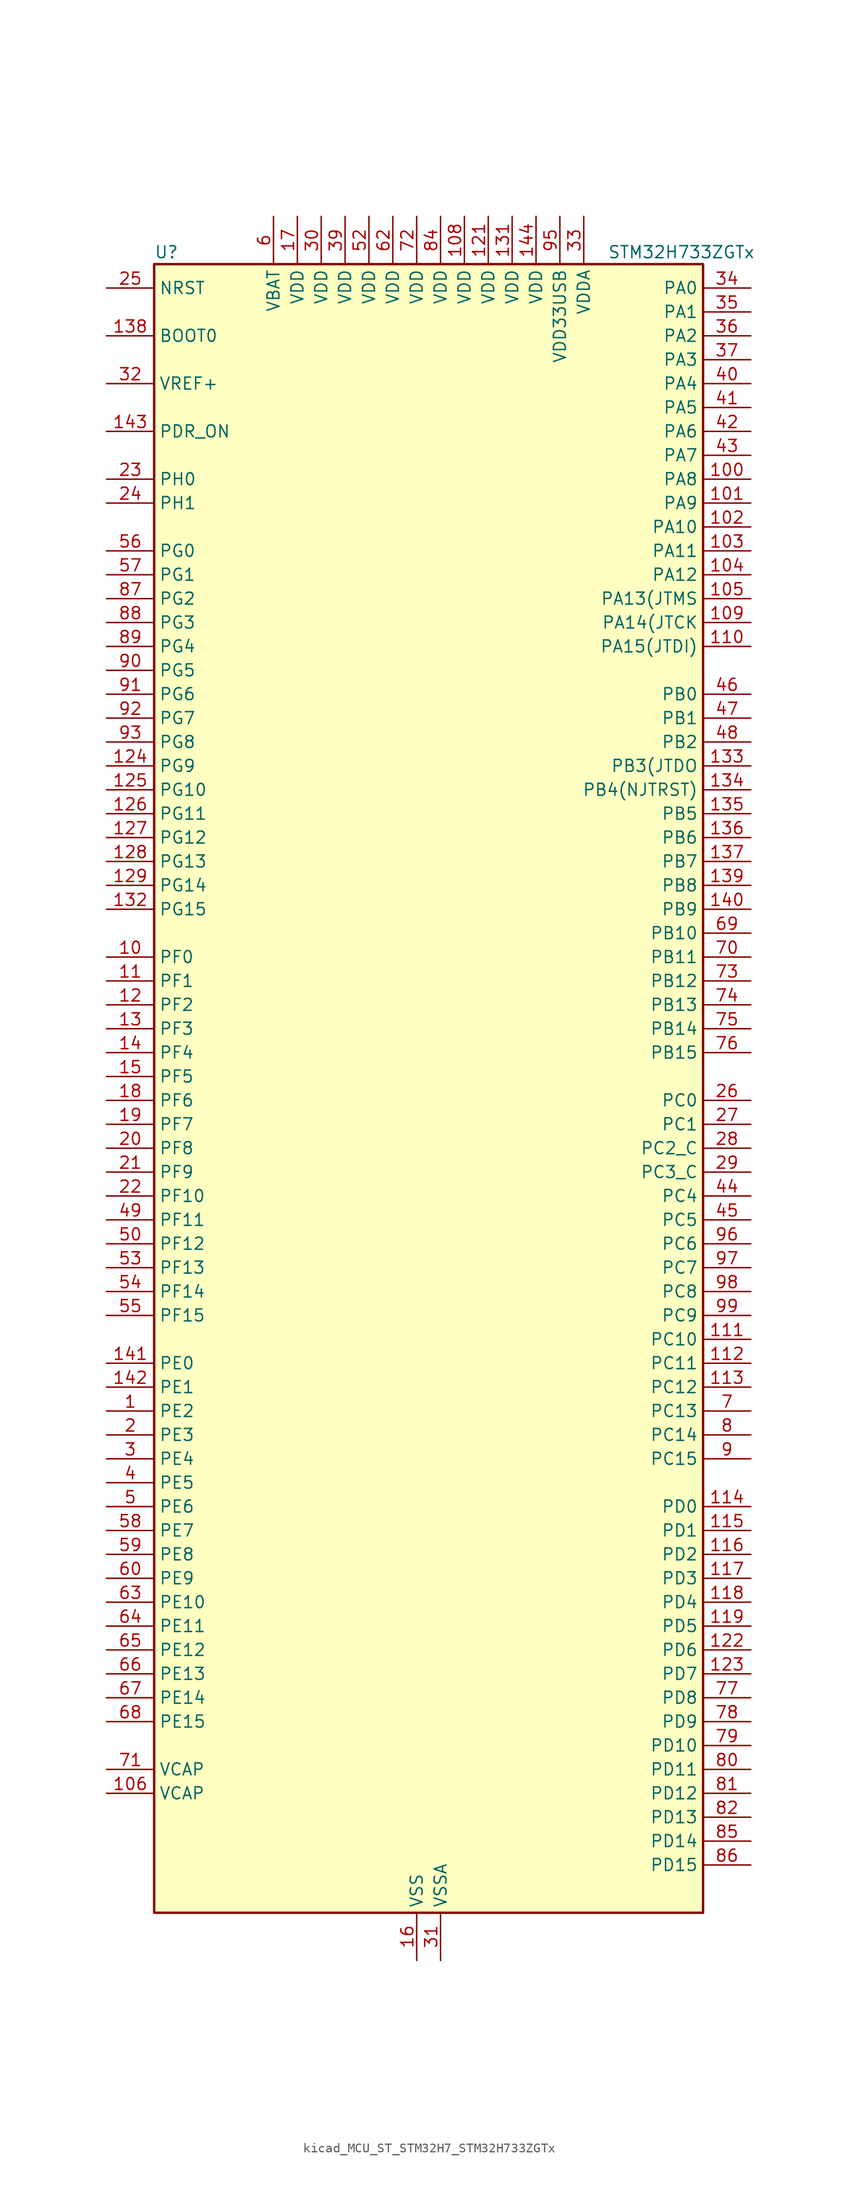
<source format=kicad_sym>
(kicad_symbol_lib
  (version 20220914)
  (generator kicad_symbol_editor)
  (symbol "kicad_MCU_ST_STM32H7_STM32H733ZGTx"
    (property "Reference" "U"
      (at -27.94 90.17 0)
      (effects (font (size 1.27 1.27)) (justify left)))
    (property "Value" "STM32H733ZGTx"
      (at 20.32 90.17 0)
      (effects (font (size 1.27 1.27)) (justify left)))
    (property "ki_locked" ""
      (at 0 0 0)
      (effects (font (size 1.27 1.27))))
    (symbol "kicad_MCU_ST_STM32H7_STM32H733ZGTx_0_1"
      (rectangle (start -27.94 -86.36) (end 30.48 88.9) (stroke (width 0.254) (type default)) (fill (type background))))
    (symbol "kicad_MCU_ST_STM32H7_STM32H733ZGTx_1_1"
      (pin bidirectional line (at -33.02 -33.02 0) (length 5.08) (name "PE2" (effects (font (size 1.27 1.27)))) (number "1" (effects (font (size 1.27 1.27)))) (alternate "DEBUG_TRACECLK" bidirectional line) (alternate "ETH_TXD3" bidirectional line) (alternate "FMC_A23" bidirectional line) (alternate "OCTOSPIM_P1_IO2" bidirectional line) (alternate "SAI1_CK1" bidirectional line) (alternate "SAI1_MCLK_A" bidirectional line) (alternate "SAI4_CK1" bidirectional line) (alternate "SAI4_MCLK_A" bidirectional line) (alternate "SPI4_SCK" bidirectional line) (alternate "USART10_RX" bidirectional line))
      (pin bidirectional line (at -33.02 15.24 0) (length 5.08) (name "PF0" (effects (font (size 1.27 1.27)))) (number "10" (effects (font (size 1.27 1.27)))) (alternate "FMC_A0" bidirectional line) (alternate "I2C2_SDA" bidirectional line) (alternate "I2C5_SDA" bidirectional line) (alternate "OCTOSPIM_P2_IO0" bidirectional line) (alternate "TIM23_CH1" bidirectional line))
      (pin bidirectional line (at 35.56 66.04 180) (length 5.08) (name "PA8" (effects (font (size 1.27 1.27)))) (number "100" (effects (font (size 1.27 1.27)))) (alternate "I2C3_SCL" bidirectional line) (alternate "I2C5_SCL" bidirectional line) (alternate "LTDC_B3" bidirectional line) (alternate "LTDC_R6" bidirectional line) (alternate "RCC_MCO_1" bidirectional line) (alternate "TIM1_CH1" bidirectional line) (alternate "TIM8_BKIN2" bidirectional line) (alternate "TIM8_BKIN2_COMP1" bidirectional line) (alternate "TIM8_BKIN2_COMP2" bidirectional line) (alternate "UART7_RX" bidirectional line) (alternate "USART1_CK" bidirectional line) (alternate "USB_OTG_HS_SOF" bidirectional line))
      (pin bidirectional line (at 35.56 63.5 180) (length 5.08) (name "PA9" (effects (font (size 1.27 1.27)))) (number "101" (effects (font (size 1.27 1.27)))) (alternate "DAC1_EXTI9" bidirectional line) (alternate "DCMI_D0" bidirectional line) (alternate "ETH_TX_ER" bidirectional line) (alternate "I2C3_SMBA" bidirectional line) (alternate "I2C5_SMBA" bidirectional line) (alternate "I2S2_CK" bidirectional line) (alternate "LPUART1_TX" bidirectional line) (alternate "LTDC_R5" bidirectional line) (alternate "PSSI_D0" bidirectional line) (alternate "SPI2_SCK" bidirectional line) (alternate "TIM1_CH2" bidirectional line) (alternate "USART1_TX" bidirectional line) (alternate "USB_OTG_HS_VBUS" bidirectional line))
      (pin bidirectional line (at 35.56 60.96 180) (length 5.08) (name "PA10" (effects (font (size 1.27 1.27)))) (number "102" (effects (font (size 1.27 1.27)))) (alternate "DCMI_D1" bidirectional line) (alternate "LPUART1_RX" bidirectional line) (alternate "LTDC_B1" bidirectional line) (alternate "LTDC_B4" bidirectional line) (alternate "MDIOS_MDIO" bidirectional line) (alternate "PSSI_D1" bidirectional line) (alternate "TIM1_CH3" bidirectional line) (alternate "USART1_RX" bidirectional line) (alternate "USB_OTG_HS_ID" bidirectional line))
      (pin bidirectional line (at 35.56 58.42 180) (length 5.08) (name "PA11" (effects (font (size 1.27 1.27)))) (number "103" (effects (font (size 1.27 1.27)))) (alternate "ADC1_EXTI11" bidirectional line) (alternate "ADC2_EXTI11" bidirectional line) (alternate "ADC3_EXTI11" bidirectional line) (alternate "FDCAN1_RX" bidirectional line) (alternate "I2S2_WS" bidirectional line) (alternate "LPUART1_CTS" bidirectional line) (alternate "LTDC_R4" bidirectional line) (alternate "SPI2_NSS" bidirectional line) (alternate "TIM1_CH4" bidirectional line) (alternate "UART4_RX" bidirectional line) (alternate "USART1_CTS" bidirectional line) (alternate "USART1_NSS" bidirectional line) (alternate "USB_OTG_HS_DM" bidirectional line))
      (pin bidirectional line (at 35.56 55.88 180) (length 5.08) (name "PA12" (effects (font (size 1.27 1.27)))) (number "104" (effects (font (size 1.27 1.27)))) (alternate "FDCAN1_TX" bidirectional line) (alternate "I2S2_CK" bidirectional line) (alternate "LPUART1_DE" bidirectional line) (alternate "LPUART1_RTS" bidirectional line) (alternate "LTDC_R5" bidirectional line) (alternate "SAI4_FS_B" bidirectional line) (alternate "SPI2_SCK" bidirectional line) (alternate "TIM1_BKIN2" bidirectional line) (alternate "TIM1_ETR" bidirectional line) (alternate "UART4_TX" bidirectional line) (alternate "USART1_DE" bidirectional line) (alternate "USART1_RTS" bidirectional line) (alternate "USB_OTG_HS_DP" bidirectional line))
      (pin bidirectional line (at 35.56 53.34 180) (length 5.08) (name "PA13(JTMS" (effects (font (size 1.27 1.27)))) (number "105" (effects (font (size 1.27 1.27)))) (alternate "DEBUG_JTMS-SWDIO" bidirectional line))
      (pin power_out line (at -33.02 -73.66 0) (length 5.08) (name "VCAP" (effects (font (size 1.27 1.27)))) (number "106" (effects (font (size 1.27 1.27)))))
      (pin passive line (at 0 -91.44 90) (length 5.08) hide (name "VSS" (effects (font (size 1.27 1.27)))) (number "107" (effects (font (size 1.27 1.27)))))
      (pin power_in line (at 5.08 93.98 270) (length 5.08) (name "VDD" (effects (font (size 1.27 1.27)))) (number "108" (effects (font (size 1.27 1.27)))))
      (pin bidirectional line (at 35.56 50.8 180) (length 5.08) (name "PA14(JTCK" (effects (font (size 1.27 1.27)))) (number "109" (effects (font (size 1.27 1.27)))) (alternate "DEBUG_JTCK-SWCLK" bidirectional line))
      (pin bidirectional line (at -33.02 12.7 0) (length 5.08) (name "PF1" (effects (font (size 1.27 1.27)))) (number "11" (effects (font (size 1.27 1.27)))) (alternate "FMC_A1" bidirectional line) (alternate "I2C2_SCL" bidirectional line) (alternate "I2C5_SCL" bidirectional line) (alternate "OCTOSPIM_P2_IO1" bidirectional line) (alternate "TIM23_CH2" bidirectional line))
      (pin bidirectional line (at 35.56 48.26 180) (length 5.08) (name "PA15(JTDI)" (effects (font (size 1.27 1.27)))) (number "110" (effects (font (size 1.27 1.27)))) (alternate "ADC1_EXTI15" bidirectional line) (alternate "ADC2_EXTI15" bidirectional line) (alternate "ADC3_EXTI15" bidirectional line) (alternate "CEC" bidirectional line) (alternate "DEBUG_JTDI" bidirectional line) (alternate "I2S1_WS" bidirectional line) (alternate "I2S3_WS" bidirectional line) (alternate "I2S6_WS" bidirectional line) (alternate "LTDC_B6" bidirectional line) (alternate "LTDC_R3" bidirectional line) (alternate "SPI1_NSS" bidirectional line) (alternate "SPI3_NSS" bidirectional line) (alternate "SPI6_NSS" bidirectional line) (alternate "TIM2_CH1" bidirectional line) (alternate "TIM2_ETR" bidirectional line) (alternate "UART4_DE" bidirectional line) (alternate "UART4_RTS" bidirectional line) (alternate "UART7_TX" bidirectional line))
      (pin bidirectional line (at 35.56 -25.4 180) (length 5.08) (name "PC10" (effects (font (size 1.27 1.27)))) (number "111" (effects (font (size 1.27 1.27)))) (alternate "DCMI_D8" bidirectional line) (alternate "DFSDM1_CKIN5" bidirectional line) (alternate "I2C5_SDA" bidirectional line) (alternate "I2S3_CK" bidirectional line) (alternate "LTDC_B1" bidirectional line) (alternate "LTDC_R2" bidirectional line) (alternate "OCTOSPIM_P1_IO1" bidirectional line) (alternate "PSSI_D8" bidirectional line) (alternate "SDMMC1_D2" bidirectional line) (alternate "SPI3_SCK" bidirectional line) (alternate "SWPMI1_RX" bidirectional line) (alternate "UART4_TX" bidirectional line) (alternate "USART3_TX" bidirectional line))
      (pin bidirectional line (at 35.56 -27.94 180) (length 5.08) (name "PC11" (effects (font (size 1.27 1.27)))) (number "112" (effects (font (size 1.27 1.27)))) (alternate "ADC1_EXTI11" bidirectional line) (alternate "ADC2_EXTI11" bidirectional line) (alternate "ADC3_EXTI11" bidirectional line) (alternate "DCMI_D4" bidirectional line) (alternate "DFSDM1_DATIN5" bidirectional line) (alternate "I2C5_SCL" bidirectional line) (alternate "I2S3_SDI" bidirectional line) (alternate "LTDC_B4" bidirectional line) (alternate "OCTOSPIM_P1_NCS" bidirectional line) (alternate "PSSI_D4" bidirectional line) (alternate "SDMMC1_D3" bidirectional line) (alternate "SPI3_MISO" bidirectional line) (alternate "UART4_RX" bidirectional line) (alternate "USART3_RX" bidirectional line))
      (pin bidirectional line (at 35.56 -30.48 180) (length 5.08) (name "PC12" (effects (font (size 1.27 1.27)))) (number "113" (effects (font (size 1.27 1.27)))) (alternate "DCMI_D9" bidirectional line) (alternate "DEBUG_TRACED3" bidirectional line) (alternate "FMC_D6" bidirectional line) (alternate "FMC_DA6" bidirectional line) (alternate "I2C5_SMBA" bidirectional line) (alternate "I2S3_SDO" bidirectional line) (alternate "I2S6_CK" bidirectional line) (alternate "LTDC_R6" bidirectional line) (alternate "PSSI_D9" bidirectional line) (alternate "SDMMC1_CK" bidirectional line) (alternate "SPI3_MOSI" bidirectional line) (alternate "SPI6_SCK" bidirectional line) (alternate "TIM15_CH1" bidirectional line) (alternate "UART5_TX" bidirectional line) (alternate "USART3_CK" bidirectional line))
      (pin bidirectional line (at 35.56 -43.18 180) (length 5.08) (name "PD0" (effects (font (size 1.27 1.27)))) (number "114" (effects (font (size 1.27 1.27)))) (alternate "DFSDM1_CKIN6" bidirectional line) (alternate "FDCAN1_RX" bidirectional line) (alternate "FMC_D2" bidirectional line) (alternate "FMC_DA2" bidirectional line) (alternate "LTDC_B1" bidirectional line) (alternate "UART4_RX" bidirectional line) (alternate "UART9_CTS" bidirectional line))
      (pin bidirectional line (at 35.56 -45.72 180) (length 5.08) (name "PD1" (effects (font (size 1.27 1.27)))) (number "115" (effects (font (size 1.27 1.27)))) (alternate "DFSDM1_DATIN6" bidirectional line) (alternate "FDCAN1_TX" bidirectional line) (alternate "FMC_D3" bidirectional line) (alternate "FMC_DA3" bidirectional line) (alternate "UART4_TX" bidirectional line))
      (pin bidirectional line (at 35.56 -48.26 180) (length 5.08) (name "PD2" (effects (font (size 1.27 1.27)))) (number "116" (effects (font (size 1.27 1.27)))) (alternate "DCMI_D11" bidirectional line) (alternate "DEBUG_TRACED2" bidirectional line) (alternate "FMC_D7" bidirectional line) (alternate "FMC_DA7" bidirectional line) (alternate "LTDC_B2" bidirectional line) (alternate "LTDC_B7" bidirectional line) (alternate "PSSI_D11" bidirectional line) (alternate "SDMMC1_CMD" bidirectional line) (alternate "TIM15_BKIN" bidirectional line) (alternate "TIM3_ETR" bidirectional line) (alternate "UART5_RX" bidirectional line))
      (pin bidirectional line (at 35.56 -50.8 180) (length 5.08) (name "PD3" (effects (font (size 1.27 1.27)))) (number "117" (effects (font (size 1.27 1.27)))) (alternate "DCMI_D5" bidirectional line) (alternate "DFSDM1_CKOUT" bidirectional line) (alternate "FMC_CLK" bidirectional line) (alternate "I2S2_CK" bidirectional line) (alternate "LTDC_G7" bidirectional line) (alternate "PSSI_D5" bidirectional line) (alternate "SPI2_SCK" bidirectional line) (alternate "USART2_CTS" bidirectional line) (alternate "USART2_NSS" bidirectional line))
      (pin bidirectional line (at 35.56 -53.34 180) (length 5.08) (name "PD4" (effects (font (size 1.27 1.27)))) (number "118" (effects (font (size 1.27 1.27)))) (alternate "FMC_NOE" bidirectional line) (alternate "OCTOSPIM_P1_IO4" bidirectional line) (alternate "USART2_DE" bidirectional line) (alternate "USART2_RTS" bidirectional line))
      (pin bidirectional line (at 35.56 -55.88 180) (length 5.08) (name "PD5" (effects (font (size 1.27 1.27)))) (number "119" (effects (font (size 1.27 1.27)))) (alternate "FMC_NWE" bidirectional line) (alternate "OCTOSPIM_P1_IO5" bidirectional line) (alternate "USART2_TX" bidirectional line))
      (pin bidirectional line (at -33.02 10.16 0) (length 5.08) (name "PF2" (effects (font (size 1.27 1.27)))) (number "12" (effects (font (size 1.27 1.27)))) (alternate "FMC_A2" bidirectional line) (alternate "I2C2_SMBA" bidirectional line) (alternate "I2C5_SMBA" bidirectional line) (alternate "OCTOSPIM_P2_IO2" bidirectional line) (alternate "TIM23_CH3" bidirectional line))
      (pin passive line (at 0 -91.44 90) (length 5.08) hide (name "VSS" (effects (font (size 1.27 1.27)))) (number "120" (effects (font (size 1.27 1.27)))))
      (pin power_in line (at 7.62 93.98 270) (length 5.08) (name "VDD" (effects (font (size 1.27 1.27)))) (number "121" (effects (font (size 1.27 1.27)))))
      (pin bidirectional line (at 35.56 -58.42 180) (length 5.08) (name "PD6" (effects (font (size 1.27 1.27)))) (number "122" (effects (font (size 1.27 1.27)))) (alternate "DCMI_D10" bidirectional line) (alternate "DFSDM1_CKIN4" bidirectional line) (alternate "DFSDM1_DATIN1" bidirectional line) (alternate "FMC_NWAIT" bidirectional line) (alternate "I2S3_SDO" bidirectional line) (alternate "LTDC_B2" bidirectional line) (alternate "OCTOSPIM_P1_IO6" bidirectional line) (alternate "PSSI_D10" bidirectional line) (alternate "SAI1_D1" bidirectional line) (alternate "SAI1_SD_A" bidirectional line) (alternate "SAI4_D1" bidirectional line) (alternate "SAI4_SD_A" bidirectional line) (alternate "SDMMC2_CK" bidirectional line) (alternate "SPI3_MOSI" bidirectional line) (alternate "USART2_RX" bidirectional line))
      (pin bidirectional line (at 35.56 -60.96 180) (length 5.08) (name "PD7" (effects (font (size 1.27 1.27)))) (number "123" (effects (font (size 1.27 1.27)))) (alternate "DFSDM1_CKIN1" bidirectional line) (alternate "DFSDM1_DATIN4" bidirectional line) (alternate "FMC_NE1" bidirectional line) (alternate "I2S1_SDO" bidirectional line) (alternate "OCTOSPIM_P1_IO7" bidirectional line) (alternate "SDMMC2_CMD" bidirectional line) (alternate "SPDIFRX1_IN0" bidirectional line) (alternate "SPI1_MOSI" bidirectional line) (alternate "USART2_CK" bidirectional line))
      (pin bidirectional line (at -33.02 35.56 0) (length 5.08) (name "PG9" (effects (font (size 1.27 1.27)))) (number "124" (effects (font (size 1.27 1.27)))) (alternate "DAC1_EXTI9" bidirectional line) (alternate "DCMI_VSYNC" bidirectional line) (alternate "FDCAN3_TX" bidirectional line) (alternate "FMC_NCE" bidirectional line) (alternate "FMC_NE2" bidirectional line) (alternate "I2S1_SDI" bidirectional line) (alternate "OCTOSPIM_P1_IO6" bidirectional line) (alternate "PSSI_RDY" bidirectional line) (alternate "SAI4_FS_B" bidirectional line) (alternate "SDMMC2_D0" bidirectional line) (alternate "SPDIFRX1_IN3" bidirectional line) (alternate "SPI1_MISO" bidirectional line) (alternate "USART6_RX" bidirectional line))
      (pin bidirectional line (at -33.02 33.02 0) (length 5.08) (name "PG10" (effects (font (size 1.27 1.27)))) (number "125" (effects (font (size 1.27 1.27)))) (alternate "DCMI_D2" bidirectional line) (alternate "FDCAN3_RX" bidirectional line) (alternate "FMC_NE3" bidirectional line) (alternate "I2S1_WS" bidirectional line) (alternate "LTDC_B2" bidirectional line) (alternate "LTDC_G3" bidirectional line) (alternate "OCTOSPIM_P2_IO6" bidirectional line) (alternate "PSSI_D2" bidirectional line) (alternate "SAI4_SD_B" bidirectional line) (alternate "SDMMC2_D1" bidirectional line) (alternate "SPI1_NSS" bidirectional line))
      (pin bidirectional line (at -33.02 30.48 0) (length 5.08) (name "PG11" (effects (font (size 1.27 1.27)))) (number "126" (effects (font (size 1.27 1.27)))) (alternate "ADC1_EXTI11" bidirectional line) (alternate "ADC2_EXTI11" bidirectional line) (alternate "ADC3_EXTI11" bidirectional line) (alternate "DCMI_D3" bidirectional line) (alternate "ETH_TX_EN" bidirectional line) (alternate "I2S1_CK" bidirectional line) (alternate "LPTIM1_IN2" bidirectional line) (alternate "LTDC_B3" bidirectional line) (alternate "OCTOSPIM_P2_IO7" bidirectional line) (alternate "PSSI_D3" bidirectional line) (alternate "SDMMC2_D2" bidirectional line) (alternate "SPDIFRX1_IN0" bidirectional line) (alternate "SPI1_SCK" bidirectional line) (alternate "USART10_RX" bidirectional line))
      (pin bidirectional line (at -33.02 27.94 0) (length 5.08) (name "PG12" (effects (font (size 1.27 1.27)))) (number "127" (effects (font (size 1.27 1.27)))) (alternate "ETH_TXD1" bidirectional line) (alternate "FMC_NE4" bidirectional line) (alternate "I2S6_SDI" bidirectional line) (alternate "LPTIM1_IN1" bidirectional line) (alternate "LTDC_B1" bidirectional line) (alternate "LTDC_B4" bidirectional line) (alternate "OCTOSPIM_P2_NCS" bidirectional line) (alternate "SDMMC2_D3" bidirectional line) (alternate "SPDIFRX1_IN1" bidirectional line) (alternate "SPI6_MISO" bidirectional line) (alternate "TIM23_CH1" bidirectional line) (alternate "USART10_TX" bidirectional line) (alternate "USART6_DE" bidirectional line) (alternate "USART6_RTS" bidirectional line))
      (pin bidirectional line (at -33.02 25.4 0) (length 5.08) (name "PG13" (effects (font (size 1.27 1.27)))) (number "128" (effects (font (size 1.27 1.27)))) (alternate "DEBUG_TRACED0" bidirectional line) (alternate "ETH_TXD0" bidirectional line) (alternate "FMC_A24" bidirectional line) (alternate "I2S6_CK" bidirectional line) (alternate "LPTIM1_OUT" bidirectional line) (alternate "LTDC_R0" bidirectional line) (alternate "SDMMC2_D6" bidirectional line) (alternate "SPI6_SCK" bidirectional line) (alternate "TIM23_CH2" bidirectional line) (alternate "USART10_CTS" bidirectional line) (alternate "USART10_NSS" bidirectional line) (alternate "USART6_CTS" bidirectional line) (alternate "USART6_NSS" bidirectional line))
      (pin bidirectional line (at -33.02 22.86 0) (length 5.08) (name "PG14" (effects (font (size 1.27 1.27)))) (number "129" (effects (font (size 1.27 1.27)))) (alternate "DEBUG_TRACED1" bidirectional line) (alternate "ETH_TXD1" bidirectional line) (alternate "FMC_A25" bidirectional line) (alternate "I2S6_SDO" bidirectional line) (alternate "LPTIM1_ETR" bidirectional line) (alternate "LTDC_B0" bidirectional line) (alternate "OCTOSPIM_P1_IO7" bidirectional line) (alternate "SDMMC2_D7" bidirectional line) (alternate "SPI6_MOSI" bidirectional line) (alternate "TIM23_CH3" bidirectional line) (alternate "USART10_DE" bidirectional line) (alternate "USART10_RTS" bidirectional line) (alternate "USART6_TX" bidirectional line))
      (pin bidirectional line (at -33.02 7.62 0) (length 5.08) (name "PF3" (effects (font (size 1.27 1.27)))) (number "13" (effects (font (size 1.27 1.27)))) (alternate "ADC3_INP5" bidirectional line) (alternate "FMC_A3" bidirectional line) (alternate "OCTOSPIM_P2_IO3" bidirectional line) (alternate "TIM23_CH4" bidirectional line))
      (pin passive line (at 0 -91.44 90) (length 5.08) hide (name "VSS" (effects (font (size 1.27 1.27)))) (number "130" (effects (font (size 1.27 1.27)))))
      (pin power_in line (at 10.16 93.98 270) (length 5.08) (name "VDD" (effects (font (size 1.27 1.27)))) (number "131" (effects (font (size 1.27 1.27)))))
      (pin bidirectional line (at -33.02 20.32 0) (length 5.08) (name "PG15" (effects (font (size 1.27 1.27)))) (number "132" (effects (font (size 1.27 1.27)))) (alternate "ADC1_EXTI15" bidirectional line) (alternate "ADC2_EXTI15" bidirectional line) (alternate "ADC3_EXTI15" bidirectional line) (alternate "DCMI_D13" bidirectional line) (alternate "FMC_SDNCAS" bidirectional line) (alternate "OCTOSPIM_P2_DQS" bidirectional line) (alternate "PSSI_D13" bidirectional line) (alternate "USART10_CK" bidirectional line) (alternate "USART6_CTS" bidirectional line) (alternate "USART6_NSS" bidirectional line))
      (pin bidirectional line (at 35.56 35.56 180) (length 5.08) (name "PB3(JTDO" (effects (font (size 1.27 1.27)))) (number "133" (effects (font (size 1.27 1.27)))) (alternate "CRS_SYNC" bidirectional line) (alternate "DEBUG_JTDO-SWO" bidirectional line) (alternate "I2S1_CK" bidirectional line) (alternate "I2S3_CK" bidirectional line) (alternate "I2S6_CK" bidirectional line) (alternate "SDMMC2_D2" bidirectional line) (alternate "SPI1_SCK" bidirectional line) (alternate "SPI3_SCK" bidirectional line) (alternate "SPI6_SCK" bidirectional line) (alternate "TIM24_ETR" bidirectional line) (alternate "TIM2_CH2" bidirectional line) (alternate "UART7_RX" bidirectional line))
      (pin bidirectional line (at 35.56 33.02 180) (length 5.08) (name "PB4(NJTRST)" (effects (font (size 1.27 1.27)))) (number "134" (effects (font (size 1.27 1.27)))) (alternate "DEBUG_JTRST" bidirectional line) (alternate "I2S1_SDI" bidirectional line) (alternate "I2S2_WS" bidirectional line) (alternate "I2S3_SDI" bidirectional line) (alternate "I2S6_SDI" bidirectional line) (alternate "SDMMC2_D3" bidirectional line) (alternate "SPI1_MISO" bidirectional line) (alternate "SPI2_NSS" bidirectional line) (alternate "SPI3_MISO" bidirectional line) (alternate "SPI6_MISO" bidirectional line) (alternate "TIM16_BKIN" bidirectional line) (alternate "TIM3_CH1" bidirectional line) (alternate "UART7_TX" bidirectional line))
      (pin bidirectional line (at 35.56 30.48 180) (length 5.08) (name "PB5" (effects (font (size 1.27 1.27)))) (number "135" (effects (font (size 1.27 1.27)))) (alternate "DCMI_D10" bidirectional line) (alternate "ETH_PPS_OUT" bidirectional line) (alternate "FDCAN2_RX" bidirectional line) (alternate "FMC_SDCKE1" bidirectional line) (alternate "I2C1_SMBA" bidirectional line) (alternate "I2C4_SMBA" bidirectional line) (alternate "I2S1_SDO" bidirectional line) (alternate "I2S3_SDO" bidirectional line) (alternate "I2S6_SDO" bidirectional line) (alternate "LTDC_B5" bidirectional line) (alternate "PSSI_D10" bidirectional line) (alternate "SPI1_MOSI" bidirectional line) (alternate "SPI3_MOSI" bidirectional line) (alternate "SPI6_MOSI" bidirectional line) (alternate "TIM17_BKIN" bidirectional line) (alternate "TIM3_CH2" bidirectional line) (alternate "UART5_RX" bidirectional line) (alternate "USB_OTG_HS_ULPI_D7" bidirectional line))
      (pin bidirectional line (at 35.56 27.94 180) (length 5.08) (name "PB6" (effects (font (size 1.27 1.27)))) (number "136" (effects (font (size 1.27 1.27)))) (alternate "CEC" bidirectional line) (alternate "DCMI_D5" bidirectional line) (alternate "DFSDM1_DATIN5" bidirectional line) (alternate "FDCAN2_TX" bidirectional line) (alternate "FMC_SDNE1" bidirectional line) (alternate "I2C1_SCL" bidirectional line) (alternate "I2C4_SCL" bidirectional line) (alternate "LPUART1_TX" bidirectional line) (alternate "OCTOSPIM_P1_NCS" bidirectional line) (alternate "PSSI_D5" bidirectional line) (alternate "TIM16_CH1N" bidirectional line) (alternate "TIM4_CH1" bidirectional line) (alternate "UART5_TX" bidirectional line) (alternate "USART1_TX" bidirectional line))
      (pin bidirectional line (at 35.56 25.4 180) (length 5.08) (name "PB7" (effects (font (size 1.27 1.27)))) (number "137" (effects (font (size 1.27 1.27)))) (alternate "DCMI_VSYNC" bidirectional line) (alternate "DFSDM1_CKIN5" bidirectional line) (alternate "FMC_NL" bidirectional line) (alternate "I2C1_SDA" bidirectional line) (alternate "I2C4_SDA" bidirectional line) (alternate "LPUART1_RX" bidirectional line) (alternate "PSSI_RDY" bidirectional line) (alternate "PWR_PVD_IN" bidirectional line) (alternate "TIM17_CH1N" bidirectional line) (alternate "TIM4_CH2" bidirectional line) (alternate "USART1_RX" bidirectional line))
      (pin input line (at -33.02 81.28 0) (length 5.08) (name "BOOT0" (effects (font (size 1.27 1.27)))) (number "138" (effects (font (size 1.27 1.27)))))
      (pin bidirectional line (at 35.56 22.86 180) (length 5.08) (name "PB8" (effects (font (size 1.27 1.27)))) (number "139" (effects (font (size 1.27 1.27)))) (alternate "DCMI_D6" bidirectional line) (alternate "DFSDM1_CKIN7" bidirectional line) (alternate "ETH_TXD3" bidirectional line) (alternate "FDCAN1_RX" bidirectional line) (alternate "I2C1_SCL" bidirectional line) (alternate "I2C4_SCL" bidirectional line) (alternate "LTDC_B6" bidirectional line) (alternate "PSSI_D6" bidirectional line) (alternate "SDMMC1_CKIN" bidirectional line) (alternate "SDMMC1_D4" bidirectional line) (alternate "SDMMC2_D4" bidirectional line) (alternate "TIM16_CH1" bidirectional line) (alternate "TIM4_CH3" bidirectional line) (alternate "UART4_RX" bidirectional line))
      (pin bidirectional line (at -33.02 5.08 0) (length 5.08) (name "PF4" (effects (font (size 1.27 1.27)))) (number "14" (effects (font (size 1.27 1.27)))) (alternate "ADC3_INN5" bidirectional line) (alternate "ADC3_INP9" bidirectional line) (alternate "FMC_A4" bidirectional line) (alternate "OCTOSPIM_P2_CLK" bidirectional line))
      (pin bidirectional line (at 35.56 20.32 180) (length 5.08) (name "PB9" (effects (font (size 1.27 1.27)))) (number "140" (effects (font (size 1.27 1.27)))) (alternate "DAC1_EXTI9" bidirectional line) (alternate "DCMI_D7" bidirectional line) (alternate "DFSDM1_DATIN7" bidirectional line) (alternate "FDCAN1_TX" bidirectional line) (alternate "I2C1_SDA" bidirectional line) (alternate "I2C4_SDA" bidirectional line) (alternate "I2C4_SMBA" bidirectional line) (alternate "I2S2_WS" bidirectional line) (alternate "LTDC_B7" bidirectional line) (alternate "PSSI_D7" bidirectional line) (alternate "SDMMC1_CDIR" bidirectional line) (alternate "SDMMC1_D5" bidirectional line) (alternate "SDMMC2_D5" bidirectional line) (alternate "SPI2_NSS" bidirectional line) (alternate "TIM17_CH1" bidirectional line) (alternate "TIM4_CH4" bidirectional line) (alternate "UART4_TX" bidirectional line))
      (pin bidirectional line (at -33.02 -27.94 0) (length 5.08) (name "PE0" (effects (font (size 1.27 1.27)))) (number "141" (effects (font (size 1.27 1.27)))) (alternate "DCMI_D2" bidirectional line) (alternate "FMC_NBL0" bidirectional line) (alternate "LPTIM1_ETR" bidirectional line) (alternate "LPTIM2_ETR" bidirectional line) (alternate "LTDC_R0" bidirectional line) (alternate "PSSI_D2" bidirectional line) (alternate "SAI4_MCLK_A" bidirectional line) (alternate "TIM4_ETR" bidirectional line) (alternate "UART8_RX" bidirectional line))
      (pin bidirectional line (at -33.02 -30.48 0) (length 5.08) (name "PE1" (effects (font (size 1.27 1.27)))) (number "142" (effects (font (size 1.27 1.27)))) (alternate "DCMI_D3" bidirectional line) (alternate "FMC_NBL1" bidirectional line) (alternate "LPTIM1_IN2" bidirectional line) (alternate "LTDC_R6" bidirectional line) (alternate "PSSI_D3" bidirectional line) (alternate "UART8_TX" bidirectional line))
      (pin input line (at -33.02 71.12 0) (length 5.08) (name "PDR_ON" (effects (font (size 1.27 1.27)))) (number "143" (effects (font (size 1.27 1.27)))))
      (pin power_in line (at 12.7 93.98 270) (length 5.08) (name "VDD" (effects (font (size 1.27 1.27)))) (number "144" (effects (font (size 1.27 1.27)))))
      (pin bidirectional line (at -33.02 2.54 0) (length 5.08) (name "PF5" (effects (font (size 1.27 1.27)))) (number "15" (effects (font (size 1.27 1.27)))) (alternate "ADC3_INP4" bidirectional line) (alternate "FMC_A5" bidirectional line) (alternate "OCTOSPIM_P2_NCLK" bidirectional line))
      (pin power_in line (at 0 -91.44 90) (length 5.08) (name "VSS" (effects (font (size 1.27 1.27)))) (number "16" (effects (font (size 1.27 1.27)))))
      (pin power_in line (at -12.7 93.98 270) (length 5.08) (name "VDD" (effects (font (size 1.27 1.27)))) (number "17" (effects (font (size 1.27 1.27)))))
      (pin bidirectional line (at -33.02 0 0) (length 5.08) (name "PF6" (effects (font (size 1.27 1.27)))) (number "18" (effects (font (size 1.27 1.27)))) (alternate "ADC3_INN4" bidirectional line) (alternate "ADC3_INP8" bidirectional line) (alternate "FDCAN3_RX" bidirectional line) (alternate "OCTOSPIM_P1_IO3" bidirectional line) (alternate "SAI1_SD_B" bidirectional line) (alternate "SAI4_SD_B" bidirectional line) (alternate "SPI5_NSS" bidirectional line) (alternate "TIM16_CH1" bidirectional line) (alternate "TIM23_CH1" bidirectional line) (alternate "UART7_RX" bidirectional line))
      (pin bidirectional line (at -33.02 -2.54 0) (length 5.08) (name "PF7" (effects (font (size 1.27 1.27)))) (number "19" (effects (font (size 1.27 1.27)))) (alternate "ADC3_INP3" bidirectional line) (alternate "FDCAN3_TX" bidirectional line) (alternate "OCTOSPIM_P1_IO2" bidirectional line) (alternate "SAI1_MCLK_B" bidirectional line) (alternate "SAI4_MCLK_B" bidirectional line) (alternate "SPI5_SCK" bidirectional line) (alternate "TIM17_CH1" bidirectional line) (alternate "TIM23_CH2" bidirectional line) (alternate "UART7_TX" bidirectional line))
      (pin bidirectional line (at -33.02 -35.56 0) (length 5.08) (name "PE3" (effects (font (size 1.27 1.27)))) (number "2" (effects (font (size 1.27 1.27)))) (alternate "DEBUG_TRACED0" bidirectional line) (alternate "FMC_A19" bidirectional line) (alternate "SAI1_SD_B" bidirectional line) (alternate "SAI4_SD_B" bidirectional line) (alternate "TIM15_BKIN" bidirectional line) (alternate "USART10_TX" bidirectional line))
      (pin bidirectional line (at -33.02 -5.08 0) (length 5.08) (name "PF8" (effects (font (size 1.27 1.27)))) (number "20" (effects (font (size 1.27 1.27)))) (alternate "ADC3_INN3" bidirectional line) (alternate "ADC3_INP7" bidirectional line) (alternate "OCTOSPIM_P1_IO0" bidirectional line) (alternate "SAI1_SCK_B" bidirectional line) (alternate "SAI4_SCK_B" bidirectional line) (alternate "SPI5_MISO" bidirectional line) (alternate "TIM13_CH1" bidirectional line) (alternate "TIM16_CH1N" bidirectional line) (alternate "TIM23_CH3" bidirectional line) (alternate "UART7_DE" bidirectional line) (alternate "UART7_RTS" bidirectional line))
      (pin bidirectional line (at -33.02 -7.62 0) (length 5.08) (name "PF9" (effects (font (size 1.27 1.27)))) (number "21" (effects (font (size 1.27 1.27)))) (alternate "ADC3_INP2" bidirectional line) (alternate "DAC1_EXTI9" bidirectional line) (alternate "OCTOSPIM_P1_IO1" bidirectional line) (alternate "SAI1_FS_B" bidirectional line) (alternate "SAI4_FS_B" bidirectional line) (alternate "SPI5_MOSI" bidirectional line) (alternate "TIM14_CH1" bidirectional line) (alternate "TIM17_CH1N" bidirectional line) (alternate "TIM23_CH4" bidirectional line) (alternate "UART7_CTS" bidirectional line))
      (pin bidirectional line (at -33.02 -10.16 0) (length 5.08) (name "PF10" (effects (font (size 1.27 1.27)))) (number "22" (effects (font (size 1.27 1.27)))) (alternate "ADC3_INN2" bidirectional line) (alternate "ADC3_INP6" bidirectional line) (alternate "DCMI_D11" bidirectional line) (alternate "LTDC_DE" bidirectional line) (alternate "OCTOSPIM_P1_CLK" bidirectional line) (alternate "PSSI_D11" bidirectional line) (alternate "PSSI_D15" bidirectional line) (alternate "SAI1_D3" bidirectional line) (alternate "SAI4_D3" bidirectional line) (alternate "TIM16_BKIN" bidirectional line))
      (pin bidirectional line (at -33.02 66.04 0) (length 5.08) (name "PH0" (effects (font (size 1.27 1.27)))) (number "23" (effects (font (size 1.27 1.27)))) (alternate "RCC_OSC_IN" bidirectional line))
      (pin bidirectional line (at -33.02 63.5 0) (length 5.08) (name "PH1" (effects (font (size 1.27 1.27)))) (number "24" (effects (font (size 1.27 1.27)))) (alternate "RCC_OSC_OUT" bidirectional line))
      (pin input line (at -33.02 86.36 0) (length 5.08) (name "NRST" (effects (font (size 1.27 1.27)))) (number "25" (effects (font (size 1.27 1.27)))))
      (pin bidirectional line (at 35.56 0 180) (length 5.08) (name "PC0" (effects (font (size 1.27 1.27)))) (number "26" (effects (font (size 1.27 1.27)))) (alternate "ADC1_INP10" bidirectional line) (alternate "ADC2_INP10" bidirectional line) (alternate "ADC3_INP10" bidirectional line) (alternate "DFSDM1_CKIN0" bidirectional line) (alternate "DFSDM1_DATIN4" bidirectional line) (alternate "FMC_A25" bidirectional line) (alternate "FMC_D12" bidirectional line) (alternate "FMC_DA12" bidirectional line) (alternate "FMC_SDNWE" bidirectional line) (alternate "LTDC_G2" bidirectional line) (alternate "LTDC_R5" bidirectional line) (alternate "SAI4_FS_B" bidirectional line) (alternate "USB_OTG_HS_ULPI_STP" bidirectional line))
      (pin bidirectional line (at 35.56 -2.54 180) (length 5.08) (name "PC1" (effects (font (size 1.27 1.27)))) (number "27" (effects (font (size 1.27 1.27)))) (alternate "ADC1_INN10" bidirectional line) (alternate "ADC1_INP11" bidirectional line) (alternate "ADC2_INN10" bidirectional line) (alternate "ADC2_INP11" bidirectional line) (alternate "ADC3_INN10" bidirectional line) (alternate "ADC3_INP11" bidirectional line) (alternate "DEBUG_TRACED0" bidirectional line) (alternate "DFSDM1_CKIN4" bidirectional line) (alternate "DFSDM1_DATIN0" bidirectional line) (alternate "ETH_MDC" bidirectional line) (alternate "I2S2_SDO" bidirectional line) (alternate "LTDC_G5" bidirectional line) (alternate "MDIOS_MDC" bidirectional line) (alternate "OCTOSPIM_P1_IO4" bidirectional line) (alternate "PWR_WKUP6" bidirectional line) (alternate "RTC_TAMP3" bidirectional line) (alternate "SAI1_D1" bidirectional line) (alternate "SAI1_SD_A" bidirectional line) (alternate "SAI4_D1" bidirectional line) (alternate "SAI4_SD_A" bidirectional line) (alternate "SDMMC2_CK" bidirectional line) (alternate "SPI2_MOSI" bidirectional line))
      (pin bidirectional line (at 35.56 -5.08 180) (length 5.08) (name "PC2_C" (effects (font (size 1.27 1.27)))) (number "28" (effects (font (size 1.27 1.27)))) (alternate "ADC3_INN1" bidirectional line) (alternate "ADC3_INP0" bidirectional line) (alternate "DFSDM1_CKIN1" bidirectional line) (alternate "DFSDM1_CKOUT" bidirectional line) (alternate "ETH_TXD2" bidirectional line) (alternate "FMC_SDNE0" bidirectional line) (alternate "I2S2_SDI" bidirectional line) (alternate "OCTOSPIM_P1_IO2" bidirectional line) (alternate "OCTOSPIM_P1_IO5" bidirectional line) (alternate "PWR_CSTOP" bidirectional line) (alternate "SPI2_MISO" bidirectional line) (alternate "USB_OTG_HS_ULPI_DIR" bidirectional line))
      (pin bidirectional line (at 35.56 -7.62 180) (length 5.08) (name "PC3_C" (effects (font (size 1.27 1.27)))) (number "29" (effects (font (size 1.27 1.27)))) (alternate "ADC3_INP1" bidirectional line) (alternate "DFSDM1_DATIN1" bidirectional line) (alternate "ETH_TX_CLK" bidirectional line) (alternate "FMC_SDCKE0" bidirectional line) (alternate "I2S2_SDO" bidirectional line) (alternate "OCTOSPIM_P1_IO0" bidirectional line) (alternate "OCTOSPIM_P1_IO6" bidirectional line) (alternate "PWR_CSLEEP" bidirectional line) (alternate "SPI2_MOSI" bidirectional line) (alternate "USB_OTG_HS_ULPI_NXT" bidirectional line))
      (pin bidirectional line (at -33.02 -38.1 0) (length 5.08) (name "PE4" (effects (font (size 1.27 1.27)))) (number "3" (effects (font (size 1.27 1.27)))) (alternate "DCMI_D4" bidirectional line) (alternate "DEBUG_TRACED1" bidirectional line) (alternate "DFSDM1_DATIN3" bidirectional line) (alternate "FMC_A20" bidirectional line) (alternate "LTDC_B0" bidirectional line) (alternate "PSSI_D4" bidirectional line) (alternate "SAI1_D2" bidirectional line) (alternate "SAI1_FS_A" bidirectional line) (alternate "SAI4_D2" bidirectional line) (alternate "SAI4_FS_A" bidirectional line) (alternate "SPI4_NSS" bidirectional line) (alternate "TIM15_CH1N" bidirectional line))
      (pin power_in line (at -10.16 93.98 270) (length 5.08) (name "VDD" (effects (font (size 1.27 1.27)))) (number "30" (effects (font (size 1.27 1.27)))))
      (pin power_in line (at 2.54 -91.44 90) (length 5.08) (name "VSSA" (effects (font (size 1.27 1.27)))) (number "31" (effects (font (size 1.27 1.27)))))
      (pin input line (at -33.02 76.2 0) (length 5.08) (name "VREF+" (effects (font (size 1.27 1.27)))) (number "32" (effects (font (size 1.27 1.27)))) (alternate "VREFBUF_OUT" bidirectional line))
      (pin power_in line (at 17.78 93.98 270) (length 5.08) (name "VDDA" (effects (font (size 1.27 1.27)))) (number "33" (effects (font (size 1.27 1.27)))))
      (pin bidirectional line (at 35.56 86.36 180) (length 5.08) (name "PA0" (effects (font (size 1.27 1.27)))) (number "34" (effects (font (size 1.27 1.27)))) (alternate "ADC1_INP16" bidirectional line) (alternate "ETH_CRS" bidirectional line) (alternate "FMC_A19" bidirectional line) (alternate "I2S6_WS" bidirectional line) (alternate "PWR_WKUP1" bidirectional line) (alternate "SAI4_SD_B" bidirectional line) (alternate "SDMMC2_CMD" bidirectional line) (alternate "SPI6_NSS" bidirectional line) (alternate "TIM15_BKIN" bidirectional line) (alternate "TIM2_CH1" bidirectional line) (alternate "TIM2_ETR" bidirectional line) (alternate "TIM5_CH1" bidirectional line) (alternate "TIM8_ETR" bidirectional line) (alternate "UART4_TX" bidirectional line) (alternate "USART2_CTS" bidirectional line) (alternate "USART2_NSS" bidirectional line))
      (pin bidirectional line (at 35.56 83.82 180) (length 5.08) (name "PA1" (effects (font (size 1.27 1.27)))) (number "35" (effects (font (size 1.27 1.27)))) (alternate "ADC1_INN16" bidirectional line) (alternate "ADC1_INP17" bidirectional line) (alternate "ETH_REF_CLK" bidirectional line) (alternate "ETH_RX_CLK" bidirectional line) (alternate "LPTIM3_OUT" bidirectional line) (alternate "LTDC_R2" bidirectional line) (alternate "OCTOSPIM_P1_DQS" bidirectional line) (alternate "OCTOSPIM_P1_IO3" bidirectional line) (alternate "SAI4_MCLK_B" bidirectional line) (alternate "TIM15_CH1N" bidirectional line) (alternate "TIM2_CH2" bidirectional line) (alternate "TIM5_CH2" bidirectional line) (alternate "UART4_RX" bidirectional line) (alternate "USART2_DE" bidirectional line) (alternate "USART2_RTS" bidirectional line))
      (pin bidirectional line (at 35.56 81.28 180) (length 5.08) (name "PA2" (effects (font (size 1.27 1.27)))) (number "36" (effects (font (size 1.27 1.27)))) (alternate "ADC1_INP14" bidirectional line) (alternate "ADC2_INP14" bidirectional line) (alternate "ETH_MDIO" bidirectional line) (alternate "LPTIM4_OUT" bidirectional line) (alternate "LTDC_R1" bidirectional line) (alternate "MDIOS_MDIO" bidirectional line) (alternate "OCTOSPIM_P1_IO0" bidirectional line) (alternate "PWR_WKUP2" bidirectional line) (alternate "SAI4_SCK_B" bidirectional line) (alternate "TIM15_CH1" bidirectional line) (alternate "TIM2_CH3" bidirectional line) (alternate "TIM5_CH3" bidirectional line) (alternate "USART2_TX" bidirectional line))
      (pin bidirectional line (at 35.56 78.74 180) (length 5.08) (name "PA3" (effects (font (size 1.27 1.27)))) (number "37" (effects (font (size 1.27 1.27)))) (alternate "ADC1_INP15" bidirectional line) (alternate "ADC2_INP15" bidirectional line) (alternate "ETH_COL" bidirectional line) (alternate "I2S6_MCK" bidirectional line) (alternate "LPTIM5_OUT" bidirectional line) (alternate "LTDC_B2" bidirectional line) (alternate "LTDC_B5" bidirectional line) (alternate "OCTOSPIM_P1_CLK" bidirectional line) (alternate "OCTOSPIM_P1_IO2" bidirectional line) (alternate "TIM15_CH2" bidirectional line) (alternate "TIM2_CH4" bidirectional line) (alternate "TIM5_CH4" bidirectional line) (alternate "USART2_RX" bidirectional line) (alternate "USB_OTG_HS_ULPI_D0" bidirectional line))
      (pin passive line (at 0 -91.44 90) (length 5.08) hide (name "VSS" (effects (font (size 1.27 1.27)))) (number "38" (effects (font (size 1.27 1.27)))))
      (pin power_in line (at -7.62 93.98 270) (length 5.08) (name "VDD" (effects (font (size 1.27 1.27)))) (number "39" (effects (font (size 1.27 1.27)))))
      (pin bidirectional line (at -33.02 -40.64 0) (length 5.08) (name "PE5" (effects (font (size 1.27 1.27)))) (number "4" (effects (font (size 1.27 1.27)))) (alternate "DCMI_D6" bidirectional line) (alternate "DEBUG_TRACED2" bidirectional line) (alternate "DFSDM1_CKIN3" bidirectional line) (alternate "FMC_A21" bidirectional line) (alternate "LTDC_G0" bidirectional line) (alternate "PSSI_D6" bidirectional line) (alternate "SAI1_CK2" bidirectional line) (alternate "SAI1_SCK_A" bidirectional line) (alternate "SAI4_CK2" bidirectional line) (alternate "SAI4_SCK_A" bidirectional line) (alternate "SPI4_MISO" bidirectional line) (alternate "TIM15_CH1" bidirectional line))
      (pin bidirectional line (at 35.56 76.2 180) (length 5.08) (name "PA4" (effects (font (size 1.27 1.27)))) (number "40" (effects (font (size 1.27 1.27)))) (alternate "ADC1_INP18" bidirectional line) (alternate "ADC2_INP18" bidirectional line) (alternate "DAC1_OUT1" bidirectional line) (alternate "DCMI_HSYNC" bidirectional line) (alternate "FMC_D8" bidirectional line) (alternate "FMC_DA8" bidirectional line) (alternate "I2S1_WS" bidirectional line) (alternate "I2S3_WS" bidirectional line) (alternate "I2S6_WS" bidirectional line) (alternate "LTDC_VSYNC" bidirectional line) (alternate "PSSI_DE" bidirectional line) (alternate "SPI1_NSS" bidirectional line) (alternate "SPI3_NSS" bidirectional line) (alternate "SPI6_NSS" bidirectional line) (alternate "TIM5_ETR" bidirectional line) (alternate "USART2_CK" bidirectional line))
      (pin bidirectional line (at 35.56 73.66 180) (length 5.08) (name "PA5" (effects (font (size 1.27 1.27)))) (number "41" (effects (font (size 1.27 1.27)))) (alternate "ADC1_INN18" bidirectional line) (alternate "ADC1_INP19" bidirectional line) (alternate "ADC2_INN18" bidirectional line) (alternate "ADC2_INP19" bidirectional line) (alternate "DAC1_OUT2" bidirectional line) (alternate "FMC_D9" bidirectional line) (alternate "FMC_DA9" bidirectional line) (alternate "I2S1_CK" bidirectional line) (alternate "I2S6_CK" bidirectional line) (alternate "LTDC_R4" bidirectional line) (alternate "PSSI_D14" bidirectional line) (alternate "PWR_NDSTOP2" bidirectional line) (alternate "SPI1_SCK" bidirectional line) (alternate "SPI6_SCK" bidirectional line) (alternate "TIM2_CH1" bidirectional line) (alternate "TIM2_ETR" bidirectional line) (alternate "TIM8_CH1N" bidirectional line) (alternate "USB_OTG_HS_ULPI_CK" bidirectional line))
      (pin bidirectional line (at 35.56 71.12 180) (length 5.08) (name "PA6" (effects (font (size 1.27 1.27)))) (number "42" (effects (font (size 1.27 1.27)))) (alternate "ADC1_INP3" bidirectional line) (alternate "ADC2_INP3" bidirectional line) (alternate "DCMI_PIXCLK" bidirectional line) (alternate "I2S1_SDI" bidirectional line) (alternate "I2S6_SDI" bidirectional line) (alternate "LTDC_G2" bidirectional line) (alternate "MDIOS_MDC" bidirectional line) (alternate "OCTOSPIM_P1_IO3" bidirectional line) (alternate "PSSI_PDCK" bidirectional line) (alternate "SPI1_MISO" bidirectional line) (alternate "SPI6_MISO" bidirectional line) (alternate "TIM13_CH1" bidirectional line) (alternate "TIM1_BKIN" bidirectional line) (alternate "TIM1_BKIN_COMP1" bidirectional line) (alternate "TIM1_BKIN_COMP2" bidirectional line) (alternate "TIM3_CH1" bidirectional line) (alternate "TIM8_BKIN" bidirectional line) (alternate "TIM8_BKIN_COMP1" bidirectional line) (alternate "TIM8_BKIN_COMP2" bidirectional line))
      (pin bidirectional line (at 35.56 68.58 180) (length 5.08) (name "PA7" (effects (font (size 1.27 1.27)))) (number "43" (effects (font (size 1.27 1.27)))) (alternate "ADC1_INN3" bidirectional line) (alternate "ADC1_INP7" bidirectional line) (alternate "ADC2_INN3" bidirectional line) (alternate "ADC2_INP7" bidirectional line) (alternate "ETH_CRS_DV" bidirectional line) (alternate "ETH_RX_DV" bidirectional line) (alternate "FMC_SDNWE" bidirectional line) (alternate "I2S1_SDO" bidirectional line) (alternate "I2S6_SDO" bidirectional line) (alternate "LTDC_VSYNC" bidirectional line) (alternate "OCTOSPIM_P1_IO2" bidirectional line) (alternate "OPAMP1_VINM" bidirectional line) (alternate "SPI1_MOSI" bidirectional line) (alternate "SPI6_MOSI" bidirectional line) (alternate "TIM14_CH1" bidirectional line) (alternate "TIM1_CH1N" bidirectional line) (alternate "TIM3_CH2" bidirectional line) (alternate "TIM8_CH1N" bidirectional line))
      (pin bidirectional line (at 35.56 -10.16 180) (length 5.08) (name "PC4" (effects (font (size 1.27 1.27)))) (number "44" (effects (font (size 1.27 1.27)))) (alternate "ADC1_INP4" bidirectional line) (alternate "ADC2_INP4" bidirectional line) (alternate "COMP1_INM" bidirectional line) (alternate "DFSDM1_CKIN2" bidirectional line) (alternate "ETH_RXD0" bidirectional line) (alternate "FMC_A22" bidirectional line) (alternate "FMC_SDNE0" bidirectional line) (alternate "I2S1_MCK" bidirectional line) (alternate "LTDC_R7" bidirectional line) (alternate "OPAMP1_VOUT" bidirectional line) (alternate "SDMMC2_CKIN" bidirectional line) (alternate "SPDIFRX1_IN2" bidirectional line))
      (pin bidirectional line (at 35.56 -12.7 180) (length 5.08) (name "PC5" (effects (font (size 1.27 1.27)))) (number "45" (effects (font (size 1.27 1.27)))) (alternate "ADC1_INN4" bidirectional line) (alternate "ADC1_INP8" bidirectional line) (alternate "ADC2_INN4" bidirectional line) (alternate "ADC2_INP8" bidirectional line) (alternate "COMP1_OUT" bidirectional line) (alternate "DFSDM1_DATIN2" bidirectional line) (alternate "ETH_RXD1" bidirectional line) (alternate "FMC_SDCKE0" bidirectional line) (alternate "LTDC_DE" bidirectional line) (alternate "OCTOSPIM_P1_DQS" bidirectional line) (alternate "OPAMP1_VINM" bidirectional line) (alternate "PSSI_D15" bidirectional line) (alternate "SAI1_D3" bidirectional line) (alternate "SAI4_D3" bidirectional line) (alternate "SPDIFRX1_IN3" bidirectional line))
      (pin bidirectional line (at 35.56 43.18 180) (length 5.08) (name "PB0" (effects (font (size 1.27 1.27)))) (number "46" (effects (font (size 1.27 1.27)))) (alternate "ADC1_INN5" bidirectional line) (alternate "ADC1_INP9" bidirectional line) (alternate "ADC2_INN5" bidirectional line) (alternate "ADC2_INP9" bidirectional line) (alternate "COMP1_INP" bidirectional line) (alternate "DFSDM1_CKOUT" bidirectional line) (alternate "ETH_RXD2" bidirectional line) (alternate "LTDC_G1" bidirectional line) (alternate "LTDC_R3" bidirectional line) (alternate "OCTOSPIM_P1_IO1" bidirectional line) (alternate "OPAMP1_VINP" bidirectional line) (alternate "TIM1_CH2N" bidirectional line) (alternate "TIM3_CH3" bidirectional line) (alternate "TIM8_CH2N" bidirectional line) (alternate "UART4_CTS" bidirectional line) (alternate "USB_OTG_HS_ULPI_D1" bidirectional line))
      (pin bidirectional line (at 35.56 40.64 180) (length 5.08) (name "PB1" (effects (font (size 1.27 1.27)))) (number "47" (effects (font (size 1.27 1.27)))) (alternate "ADC1_INP5" bidirectional line) (alternate "ADC2_INP5" bidirectional line) (alternate "COMP1_INM" bidirectional line) (alternate "DFSDM1_DATIN1" bidirectional line) (alternate "ETH_RXD3" bidirectional line) (alternate "LTDC_G0" bidirectional line) (alternate "LTDC_R6" bidirectional line) (alternate "OCTOSPIM_P1_IO0" bidirectional line) (alternate "TIM1_CH3N" bidirectional line) (alternate "TIM3_CH4" bidirectional line) (alternate "TIM8_CH3N" bidirectional line) (alternate "USB_OTG_HS_ULPI_D2" bidirectional line))
      (pin bidirectional line (at 35.56 38.1 180) (length 5.08) (name "PB2" (effects (font (size 1.27 1.27)))) (number "48" (effects (font (size 1.27 1.27)))) (alternate "COMP1_INP" bidirectional line) (alternate "DFSDM1_CKIN1" bidirectional line) (alternate "ETH_TX_ER" bidirectional line) (alternate "I2S3_SDO" bidirectional line) (alternate "OCTOSPIM_P1_CLK" bidirectional line) (alternate "OCTOSPIM_P1_DQS" bidirectional line) (alternate "RTC_OUT_ALARM" bidirectional line) (alternate "RTC_OUT_CALIB" bidirectional line) (alternate "SAI1_D1" bidirectional line) (alternate "SAI1_SD_A" bidirectional line) (alternate "SAI4_D1" bidirectional line) (alternate "SAI4_SD_A" bidirectional line) (alternate "SPI3_MOSI" bidirectional line) (alternate "TIM23_ETR" bidirectional line))
      (pin bidirectional line (at -33.02 -12.7 0) (length 5.08) (name "PF11" (effects (font (size 1.27 1.27)))) (number "49" (effects (font (size 1.27 1.27)))) (alternate "ADC1_EXTI11" bidirectional line) (alternate "ADC1_INP2" bidirectional line) (alternate "ADC2_EXTI11" bidirectional line) (alternate "ADC3_EXTI11" bidirectional line) (alternate "DCMI_D12" bidirectional line) (alternate "FMC_SDNRAS" bidirectional line) (alternate "OCTOSPIM_P1_NCLK" bidirectional line) (alternate "PSSI_D12" bidirectional line) (alternate "SAI4_SD_B" bidirectional line) (alternate "SPI5_MOSI" bidirectional line) (alternate "TIM24_CH1" bidirectional line))
      (pin bidirectional line (at -33.02 -43.18 0) (length 5.08) (name "PE6" (effects (font (size 1.27 1.27)))) (number "5" (effects (font (size 1.27 1.27)))) (alternate "DCMI_D7" bidirectional line) (alternate "DEBUG_TRACED3" bidirectional line) (alternate "FMC_A22" bidirectional line) (alternate "LTDC_G1" bidirectional line) (alternate "PSSI_D7" bidirectional line) (alternate "SAI1_D1" bidirectional line) (alternate "SAI1_SD_A" bidirectional line) (alternate "SAI4_D1" bidirectional line) (alternate "SAI4_MCLK_B" bidirectional line) (alternate "SAI4_SD_A" bidirectional line) (alternate "SPI4_MOSI" bidirectional line) (alternate "TIM15_CH2" bidirectional line) (alternate "TIM1_BKIN2" bidirectional line) (alternate "TIM1_BKIN2_COMP1" bidirectional line) (alternate "TIM1_BKIN2_COMP2" bidirectional line))
      (pin bidirectional line (at -33.02 -15.24 0) (length 5.08) (name "PF12" (effects (font (size 1.27 1.27)))) (number "50" (effects (font (size 1.27 1.27)))) (alternate "ADC1_INN2" bidirectional line) (alternate "ADC1_INP6" bidirectional line) (alternate "FMC_A6" bidirectional line) (alternate "OCTOSPIM_P2_DQS" bidirectional line) (alternate "TIM24_CH2" bidirectional line))
      (pin passive line (at 0 -91.44 90) (length 5.08) hide (name "VSS" (effects (font (size 1.27 1.27)))) (number "51" (effects (font (size 1.27 1.27)))))
      (pin power_in line (at -5.08 93.98 270) (length 5.08) (name "VDD" (effects (font (size 1.27 1.27)))) (number "52" (effects (font (size 1.27 1.27)))))
      (pin bidirectional line (at -33.02 -17.78 0) (length 5.08) (name "PF13" (effects (font (size 1.27 1.27)))) (number "53" (effects (font (size 1.27 1.27)))) (alternate "ADC2_INP2" bidirectional line) (alternate "DFSDM1_DATIN6" bidirectional line) (alternate "FMC_A7" bidirectional line) (alternate "I2C4_SMBA" bidirectional line) (alternate "TIM24_CH3" bidirectional line))
      (pin bidirectional line (at -33.02 -20.32 0) (length 5.08) (name "PF14" (effects (font (size 1.27 1.27)))) (number "54" (effects (font (size 1.27 1.27)))) (alternate "ADC2_INN2" bidirectional line) (alternate "ADC2_INP6" bidirectional line) (alternate "DFSDM1_CKIN6" bidirectional line) (alternate "FMC_A8" bidirectional line) (alternate "I2C4_SCL" bidirectional line) (alternate "TIM24_CH4" bidirectional line))
      (pin bidirectional line (at -33.02 -22.86 0) (length 5.08) (name "PF15" (effects (font (size 1.27 1.27)))) (number "55" (effects (font (size 1.27 1.27)))) (alternate "ADC1_EXTI15" bidirectional line) (alternate "ADC2_EXTI15" bidirectional line) (alternate "ADC3_EXTI15" bidirectional line) (alternate "FMC_A9" bidirectional line) (alternate "I2C4_SDA" bidirectional line))
      (pin bidirectional line (at -33.02 58.42 0) (length 5.08) (name "PG0" (effects (font (size 1.27 1.27)))) (number "56" (effects (font (size 1.27 1.27)))) (alternate "FMC_A10" bidirectional line) (alternate "OCTOSPIM_P2_IO4" bidirectional line) (alternate "UART9_RX" bidirectional line))
      (pin bidirectional line (at -33.02 55.88 0) (length 5.08) (name "PG1" (effects (font (size 1.27 1.27)))) (number "57" (effects (font (size 1.27 1.27)))) (alternate "FMC_A11" bidirectional line) (alternate "OCTOSPIM_P2_IO5" bidirectional line) (alternate "OPAMP2_VINM" bidirectional line) (alternate "UART9_TX" bidirectional line))
      (pin bidirectional line (at -33.02 -45.72 0) (length 5.08) (name "PE7" (effects (font (size 1.27 1.27)))) (number "58" (effects (font (size 1.27 1.27)))) (alternate "COMP2_INM" bidirectional line) (alternate "DFSDM1_DATIN2" bidirectional line) (alternate "FMC_D4" bidirectional line) (alternate "FMC_DA4" bidirectional line) (alternate "OCTOSPIM_P1_IO4" bidirectional line) (alternate "OPAMP2_VOUT" bidirectional line) (alternate "TIM1_ETR" bidirectional line) (alternate "UART7_RX" bidirectional line))
      (pin bidirectional line (at -33.02 -48.26 0) (length 5.08) (name "PE8" (effects (font (size 1.27 1.27)))) (number "59" (effects (font (size 1.27 1.27)))) (alternate "COMP2_OUT" bidirectional line) (alternate "DFSDM1_CKIN2" bidirectional line) (alternate "FMC_D5" bidirectional line) (alternate "FMC_DA5" bidirectional line) (alternate "OCTOSPIM_P1_IO5" bidirectional line) (alternate "OPAMP2_VINM" bidirectional line) (alternate "TIM1_CH1N" bidirectional line) (alternate "UART7_TX" bidirectional line))
      (pin power_in line (at -15.24 93.98 270) (length 5.08) (name "VBAT" (effects (font (size 1.27 1.27)))) (number "6" (effects (font (size 1.27 1.27)))))
      (pin bidirectional line (at -33.02 -50.8 0) (length 5.08) (name "PE9" (effects (font (size 1.27 1.27)))) (number "60" (effects (font (size 1.27 1.27)))) (alternate "COMP2_INP" bidirectional line) (alternate "DAC1_EXTI9" bidirectional line) (alternate "DFSDM1_CKOUT" bidirectional line) (alternate "FMC_D6" bidirectional line) (alternate "FMC_DA6" bidirectional line) (alternate "OCTOSPIM_P1_IO6" bidirectional line) (alternate "OPAMP2_VINP" bidirectional line) (alternate "TIM1_CH1" bidirectional line) (alternate "UART7_DE" bidirectional line) (alternate "UART7_RTS" bidirectional line))
      (pin passive line (at 0 -91.44 90) (length 5.08) hide (name "VSS" (effects (font (size 1.27 1.27)))) (number "61" (effects (font (size 1.27 1.27)))))
      (pin power_in line (at -2.54 93.98 270) (length 5.08) (name "VDD" (effects (font (size 1.27 1.27)))) (number "62" (effects (font (size 1.27 1.27)))))
      (pin bidirectional line (at -33.02 -53.34 0) (length 5.08) (name "PE10" (effects (font (size 1.27 1.27)))) (number "63" (effects (font (size 1.27 1.27)))) (alternate "COMP2_INM" bidirectional line) (alternate "DFSDM1_DATIN4" bidirectional line) (alternate "FMC_D7" bidirectional line) (alternate "FMC_DA7" bidirectional line) (alternate "OCTOSPIM_P1_IO7" bidirectional line) (alternate "TIM1_CH2N" bidirectional line) (alternate "UART7_CTS" bidirectional line))
      (pin bidirectional line (at -33.02 -55.88 0) (length 5.08) (name "PE11" (effects (font (size 1.27 1.27)))) (number "64" (effects (font (size 1.27 1.27)))) (alternate "ADC1_EXTI11" bidirectional line) (alternate "ADC2_EXTI11" bidirectional line) (alternate "ADC3_EXTI11" bidirectional line) (alternate "COMP2_INP" bidirectional line) (alternate "DFSDM1_CKIN4" bidirectional line) (alternate "FMC_D8" bidirectional line) (alternate "FMC_DA8" bidirectional line) (alternate "LTDC_G3" bidirectional line) (alternate "OCTOSPIM_P1_NCS" bidirectional line) (alternate "SAI4_SD_B" bidirectional line) (alternate "SPI4_NSS" bidirectional line) (alternate "TIM1_CH2" bidirectional line))
      (pin bidirectional line (at -33.02 -58.42 0) (length 5.08) (name "PE12" (effects (font (size 1.27 1.27)))) (number "65" (effects (font (size 1.27 1.27)))) (alternate "COMP1_OUT" bidirectional line) (alternate "DFSDM1_DATIN5" bidirectional line) (alternate "FMC_D9" bidirectional line) (alternate "FMC_DA9" bidirectional line) (alternate "LTDC_B4" bidirectional line) (alternate "SAI4_SCK_B" bidirectional line) (alternate "SPI4_SCK" bidirectional line) (alternate "TIM1_CH3N" bidirectional line))
      (pin bidirectional line (at -33.02 -60.96 0) (length 5.08) (name "PE13" (effects (font (size 1.27 1.27)))) (number "66" (effects (font (size 1.27 1.27)))) (alternate "COMP2_OUT" bidirectional line) (alternate "DFSDM1_CKIN5" bidirectional line) (alternate "FMC_D10" bidirectional line) (alternate "FMC_DA10" bidirectional line) (alternate "LTDC_DE" bidirectional line) (alternate "SAI4_FS_B" bidirectional line) (alternate "SPI4_MISO" bidirectional line) (alternate "TIM1_CH3" bidirectional line))
      (pin bidirectional line (at -33.02 -63.5 0) (length 5.08) (name "PE14" (effects (font (size 1.27 1.27)))) (number "67" (effects (font (size 1.27 1.27)))) (alternate "FMC_D11" bidirectional line) (alternate "FMC_DA11" bidirectional line) (alternate "LTDC_CLK" bidirectional line) (alternate "SAI4_MCLK_B" bidirectional line) (alternate "SPI4_MOSI" bidirectional line) (alternate "TIM1_CH4" bidirectional line))
      (pin bidirectional line (at -33.02 -66.04 0) (length 5.08) (name "PE15" (effects (font (size 1.27 1.27)))) (number "68" (effects (font (size 1.27 1.27)))) (alternate "ADC1_EXTI15" bidirectional line) (alternate "ADC2_EXTI15" bidirectional line) (alternate "ADC3_EXTI15" bidirectional line) (alternate "FMC_D12" bidirectional line) (alternate "FMC_DA12" bidirectional line) (alternate "LTDC_R7" bidirectional line) (alternate "TIM1_BKIN" bidirectional line) (alternate "TIM1_BKIN_COMP1" bidirectional line) (alternate "TIM1_BKIN_COMP2" bidirectional line) (alternate "USART10_CK" bidirectional line))
      (pin bidirectional line (at 35.56 17.78 180) (length 5.08) (name "PB10" (effects (font (size 1.27 1.27)))) (number "69" (effects (font (size 1.27 1.27)))) (alternate "DFSDM1_DATIN7" bidirectional line) (alternate "ETH_RX_ER" bidirectional line) (alternate "I2C2_SCL" bidirectional line) (alternate "I2S2_CK" bidirectional line) (alternate "LPTIM2_IN1" bidirectional line) (alternate "LTDC_G4" bidirectional line) (alternate "OCTOSPIM_P1_NCS" bidirectional line) (alternate "SPI2_SCK" bidirectional line) (alternate "TIM2_CH3" bidirectional line) (alternate "USART3_TX" bidirectional line) (alternate "USB_OTG_HS_ULPI_D3" bidirectional line))
      (pin bidirectional line (at 35.56 -33.02 180) (length 5.08) (name "PC13" (effects (font (size 1.27 1.27)))) (number "7" (effects (font (size 1.27 1.27)))) (alternate "PWR_WKUP4" bidirectional line) (alternate "RTC_OUT_ALARM" bidirectional line) (alternate "RTC_OUT_CALIB" bidirectional line) (alternate "RTC_TAMP1" bidirectional line) (alternate "RTC_TS" bidirectional line))
      (pin bidirectional line (at 35.56 15.24 180) (length 5.08) (name "PB11" (effects (font (size 1.27 1.27)))) (number "70" (effects (font (size 1.27 1.27)))) (alternate "ADC1_EXTI11" bidirectional line) (alternate "ADC2_EXTI11" bidirectional line) (alternate "ADC3_EXTI11" bidirectional line) (alternate "DFSDM1_CKIN7" bidirectional line) (alternate "ETH_TX_EN" bidirectional line) (alternate "I2C2_SDA" bidirectional line) (alternate "LPTIM2_ETR" bidirectional line) (alternate "LTDC_G5" bidirectional line) (alternate "TIM2_CH4" bidirectional line) (alternate "USART3_RX" bidirectional line) (alternate "USB_OTG_HS_ULPI_D4" bidirectional line))
      (pin power_out line (at -33.02 -71.12 0) (length 5.08) (name "VCAP" (effects (font (size 1.27 1.27)))) (number "71" (effects (font (size 1.27 1.27)))))
      (pin power_in line (at 0 93.98 270) (length 5.08) (name "VDD" (effects (font (size 1.27 1.27)))) (number "72" (effects (font (size 1.27 1.27)))))
      (pin bidirectional line (at 35.56 12.7 180) (length 5.08) (name "PB12" (effects (font (size 1.27 1.27)))) (number "73" (effects (font (size 1.27 1.27)))) (alternate "DFSDM1_DATIN1" bidirectional line) (alternate "ETH_TXD0" bidirectional line) (alternate "FDCAN2_RX" bidirectional line) (alternate "I2C2_SMBA" bidirectional line) (alternate "I2S2_WS" bidirectional line) (alternate "OCTOSPIM_P1_IO0" bidirectional line) (alternate "OCTOSPIM_P1_NCLK" bidirectional line) (alternate "SPI2_NSS" bidirectional line) (alternate "TIM1_BKIN" bidirectional line) (alternate "TIM1_BKIN_COMP1" bidirectional line) (alternate "TIM1_BKIN_COMP2" bidirectional line) (alternate "UART5_RX" bidirectional line) (alternate "USART3_CK" bidirectional line) (alternate "USB_OTG_HS_ULPI_D5" bidirectional line))
      (pin bidirectional line (at 35.56 10.16 180) (length 5.08) (name "PB13" (effects (font (size 1.27 1.27)))) (number "74" (effects (font (size 1.27 1.27)))) (alternate "DCMI_D2" bidirectional line) (alternate "DFSDM1_CKIN1" bidirectional line) (alternate "ETH_TXD1" bidirectional line) (alternate "FDCAN2_TX" bidirectional line) (alternate "I2S2_CK" bidirectional line) (alternate "LPTIM2_OUT" bidirectional line) (alternate "OCTOSPIM_P1_IO2" bidirectional line) (alternate "PSSI_D2" bidirectional line) (alternate "SDMMC1_D0" bidirectional line) (alternate "SPI2_SCK" bidirectional line) (alternate "TIM1_CH1N" bidirectional line) (alternate "UART5_TX" bidirectional line) (alternate "USART3_CTS" bidirectional line) (alternate "USART3_NSS" bidirectional line) (alternate "USB_OTG_HS_ULPI_D6" bidirectional line))
      (pin bidirectional line (at 35.56 7.62 180) (length 5.08) (name "PB14" (effects (font (size 1.27 1.27)))) (number "75" (effects (font (size 1.27 1.27)))) (alternate "DFSDM1_DATIN2" bidirectional line) (alternate "FMC_D10" bidirectional line) (alternate "FMC_DA10" bidirectional line) (alternate "I2S2_SDI" bidirectional line) (alternate "LTDC_CLK" bidirectional line) (alternate "SDMMC2_D0" bidirectional line) (alternate "SPI2_MISO" bidirectional line) (alternate "TIM12_CH1" bidirectional line) (alternate "TIM1_CH2N" bidirectional line) (alternate "TIM8_CH2N" bidirectional line) (alternate "UART4_DE" bidirectional line) (alternate "UART4_RTS" bidirectional line) (alternate "USART1_TX" bidirectional line) (alternate "USART3_DE" bidirectional line) (alternate "USART3_RTS" bidirectional line))
      (pin bidirectional line (at 35.56 5.08 180) (length 5.08) (name "PB15" (effects (font (size 1.27 1.27)))) (number "76" (effects (font (size 1.27 1.27)))) (alternate "ADC1_EXTI15" bidirectional line) (alternate "ADC2_EXTI15" bidirectional line) (alternate "ADC3_EXTI15" bidirectional line) (alternate "DFSDM1_CKIN2" bidirectional line) (alternate "FMC_D11" bidirectional line) (alternate "FMC_DA11" bidirectional line) (alternate "I2S2_SDO" bidirectional line) (alternate "LTDC_G7" bidirectional line) (alternate "RTC_REFIN" bidirectional line) (alternate "SDMMC2_D1" bidirectional line) (alternate "SPI2_MOSI" bidirectional line) (alternate "TIM12_CH2" bidirectional line) (alternate "TIM1_CH3N" bidirectional line) (alternate "TIM8_CH3N" bidirectional line) (alternate "UART4_CTS" bidirectional line) (alternate "USART1_RX" bidirectional line))
      (pin bidirectional line (at 35.56 -63.5 180) (length 5.08) (name "PD8" (effects (font (size 1.27 1.27)))) (number "77" (effects (font (size 1.27 1.27)))) (alternate "DFSDM1_CKIN3" bidirectional line) (alternate "FMC_D13" bidirectional line) (alternate "FMC_DA13" bidirectional line) (alternate "SPDIFRX1_IN1" bidirectional line) (alternate "USART3_TX" bidirectional line))
      (pin bidirectional line (at 35.56 -66.04 180) (length 5.08) (name "PD9" (effects (font (size 1.27 1.27)))) (number "78" (effects (font (size 1.27 1.27)))) (alternate "DAC1_EXTI9" bidirectional line) (alternate "DFSDM1_DATIN3" bidirectional line) (alternate "FMC_D14" bidirectional line) (alternate "FMC_DA14" bidirectional line) (alternate "USART3_RX" bidirectional line))
      (pin bidirectional line (at 35.56 -68.58 180) (length 5.08) (name "PD10" (effects (font (size 1.27 1.27)))) (number "79" (effects (font (size 1.27 1.27)))) (alternate "DFSDM1_CKOUT" bidirectional line) (alternate "FMC_D15" bidirectional line) (alternate "FMC_DA15" bidirectional line) (alternate "LTDC_B3" bidirectional line) (alternate "USART3_CK" bidirectional line))
      (pin bidirectional line (at 35.56 -35.56 180) (length 5.08) (name "PC14" (effects (font (size 1.27 1.27)))) (number "8" (effects (font (size 1.27 1.27)))) (alternate "RCC_OSC32_IN" bidirectional line))
      (pin bidirectional line (at 35.56 -71.12 180) (length 5.08) (name "PD11" (effects (font (size 1.27 1.27)))) (number "80" (effects (font (size 1.27 1.27)))) (alternate "ADC1_EXTI11" bidirectional line) (alternate "ADC2_EXTI11" bidirectional line) (alternate "ADC3_EXTI11" bidirectional line) (alternate "FMC_A16" bidirectional line) (alternate "FMC_CLE" bidirectional line) (alternate "I2C4_SMBA" bidirectional line) (alternate "LPTIM2_IN2" bidirectional line) (alternate "OCTOSPIM_P1_IO0" bidirectional line) (alternate "SAI4_SD_A" bidirectional line) (alternate "USART3_CTS" bidirectional line) (alternate "USART3_NSS" bidirectional line))
      (pin bidirectional line (at 35.56 -73.66 180) (length 5.08) (name "PD12" (effects (font (size 1.27 1.27)))) (number "81" (effects (font (size 1.27 1.27)))) (alternate "DCMI_D12" bidirectional line) (alternate "FDCAN3_RX" bidirectional line) (alternate "FMC_A17" bidirectional line) (alternate "FMC_ALE" bidirectional line) (alternate "I2C4_SCL" bidirectional line) (alternate "LPTIM1_IN1" bidirectional line) (alternate "LPTIM2_IN1" bidirectional line) (alternate "OCTOSPIM_P1_IO1" bidirectional line) (alternate "PSSI_D12" bidirectional line) (alternate "SAI4_FS_A" bidirectional line) (alternate "TIM4_CH1" bidirectional line) (alternate "USART3_DE" bidirectional line) (alternate "USART3_RTS" bidirectional line))
      (pin bidirectional line (at 35.56 -76.2 180) (length 5.08) (name "PD13" (effects (font (size 1.27 1.27)))) (number "82" (effects (font (size 1.27 1.27)))) (alternate "DCMI_D13" bidirectional line) (alternate "FDCAN3_TX" bidirectional line) (alternate "FMC_A18" bidirectional line) (alternate "I2C4_SDA" bidirectional line) (alternate "LPTIM1_OUT" bidirectional line) (alternate "OCTOSPIM_P1_IO3" bidirectional line) (alternate "PSSI_D13" bidirectional line) (alternate "SAI4_SCK_A" bidirectional line) (alternate "TIM4_CH2" bidirectional line) (alternate "UART9_DE" bidirectional line) (alternate "UART9_RTS" bidirectional line))
      (pin passive line (at 0 -91.44 90) (length 5.08) hide (name "VSS" (effects (font (size 1.27 1.27)))) (number "83" (effects (font (size 1.27 1.27)))))
      (pin power_in line (at 2.54 93.98 270) (length 5.08) (name "VDD" (effects (font (size 1.27 1.27)))) (number "84" (effects (font (size 1.27 1.27)))))
      (pin bidirectional line (at 35.56 -78.74 180) (length 5.08) (name "PD14" (effects (font (size 1.27 1.27)))) (number "85" (effects (font (size 1.27 1.27)))) (alternate "FMC_D0" bidirectional line) (alternate "FMC_DA0" bidirectional line) (alternate "TIM4_CH3" bidirectional line) (alternate "UART8_CTS" bidirectional line) (alternate "UART9_RX" bidirectional line))
      (pin bidirectional line (at 35.56 -81.28 180) (length 5.08) (name "PD15" (effects (font (size 1.27 1.27)))) (number "86" (effects (font (size 1.27 1.27)))) (alternate "ADC1_EXTI15" bidirectional line) (alternate "ADC2_EXTI15" bidirectional line) (alternate "ADC3_EXTI15" bidirectional line) (alternate "FMC_D1" bidirectional line) (alternate "FMC_DA1" bidirectional line) (alternate "TIM4_CH4" bidirectional line) (alternate "UART8_DE" bidirectional line) (alternate "UART8_RTS" bidirectional line) (alternate "UART9_TX" bidirectional line))
      (pin bidirectional line (at -33.02 53.34 0) (length 5.08) (name "PG2" (effects (font (size 1.27 1.27)))) (number "87" (effects (font (size 1.27 1.27)))) (alternate "FMC_A12" bidirectional line) (alternate "TIM24_ETR" bidirectional line) (alternate "TIM8_BKIN" bidirectional line) (alternate "TIM8_BKIN_COMP1" bidirectional line) (alternate "TIM8_BKIN_COMP2" bidirectional line))
      (pin bidirectional line (at -33.02 50.8 0) (length 5.08) (name "PG3" (effects (font (size 1.27 1.27)))) (number "88" (effects (font (size 1.27 1.27)))) (alternate "FMC_A13" bidirectional line) (alternate "TIM23_ETR" bidirectional line) (alternate "TIM8_BKIN2" bidirectional line) (alternate "TIM8_BKIN2_COMP1" bidirectional line) (alternate "TIM8_BKIN2_COMP2" bidirectional line))
      (pin bidirectional line (at -33.02 48.26 0) (length 5.08) (name "PG4" (effects (font (size 1.27 1.27)))) (number "89" (effects (font (size 1.27 1.27)))) (alternate "FMC_A14" bidirectional line) (alternate "FMC_BA0" bidirectional line) (alternate "TIM1_BKIN2" bidirectional line) (alternate "TIM1_BKIN2_COMP1" bidirectional line) (alternate "TIM1_BKIN2_COMP2" bidirectional line))
      (pin bidirectional line (at 35.56 -38.1 180) (length 5.08) (name "PC15" (effects (font (size 1.27 1.27)))) (number "9" (effects (font (size 1.27 1.27)))) (alternate "ADC1_EXTI15" bidirectional line) (alternate "ADC2_EXTI15" bidirectional line) (alternate "ADC3_EXTI15" bidirectional line) (alternate "RCC_OSC32_OUT" bidirectional line))
      (pin bidirectional line (at -33.02 45.72 0) (length 5.08) (name "PG5" (effects (font (size 1.27 1.27)))) (number "90" (effects (font (size 1.27 1.27)))) (alternate "FMC_A15" bidirectional line) (alternate "FMC_BA1" bidirectional line) (alternate "TIM1_ETR" bidirectional line))
      (pin bidirectional line (at -33.02 43.18 0) (length 5.08) (name "PG6" (effects (font (size 1.27 1.27)))) (number "91" (effects (font (size 1.27 1.27)))) (alternate "DCMI_D12" bidirectional line) (alternate "FMC_NE3" bidirectional line) (alternate "LTDC_R7" bidirectional line) (alternate "OCTOSPIM_P1_NCS" bidirectional line) (alternate "PSSI_D12" bidirectional line) (alternate "TIM17_BKIN" bidirectional line))
      (pin bidirectional line (at -33.02 40.64 0) (length 5.08) (name "PG7" (effects (font (size 1.27 1.27)))) (number "92" (effects (font (size 1.27 1.27)))) (alternate "DCMI_D13" bidirectional line) (alternate "FMC_INT" bidirectional line) (alternate "LTDC_CLK" bidirectional line) (alternate "OCTOSPIM_P2_DQS" bidirectional line) (alternate "PSSI_D13" bidirectional line) (alternate "SAI1_MCLK_A" bidirectional line) (alternate "USART6_CK" bidirectional line))
      (pin bidirectional line (at -33.02 38.1 0) (length 5.08) (name "PG8" (effects (font (size 1.27 1.27)))) (number "93" (effects (font (size 1.27 1.27)))) (alternate "ETH_PPS_OUT" bidirectional line) (alternate "FMC_SDCLK" bidirectional line) (alternate "I2S6_WS" bidirectional line) (alternate "LTDC_G7" bidirectional line) (alternate "SPDIFRX1_IN2" bidirectional line) (alternate "SPI6_NSS" bidirectional line) (alternate "TIM8_ETR" bidirectional line) (alternate "USART6_DE" bidirectional line) (alternate "USART6_RTS" bidirectional line))
      (pin passive line (at 0 -91.44 90) (length 5.08) hide (name "VSS" (effects (font (size 1.27 1.27)))) (number "94" (effects (font (size 1.27 1.27)))))
      (pin power_in line (at 15.24 93.98 270) (length 5.08) (name "VDD33USB" (effects (font (size 1.27 1.27)))) (number "95" (effects (font (size 1.27 1.27)))))
      (pin bidirectional line (at 35.56 -15.24 180) (length 5.08) (name "PC6" (effects (font (size 1.27 1.27)))) (number "96" (effects (font (size 1.27 1.27)))) (alternate "DCMI_D0" bidirectional line) (alternate "DFSDM1_CKIN3" bidirectional line) (alternate "FMC_NWAIT" bidirectional line) (alternate "I2S2_MCK" bidirectional line) (alternate "LTDC_HSYNC" bidirectional line) (alternate "PSSI_D0" bidirectional line) (alternate "SDMMC1_D0DIR" bidirectional line) (alternate "SDMMC1_D6" bidirectional line) (alternate "SDMMC2_D6" bidirectional line) (alternate "SWPMI1_IO" bidirectional line) (alternate "TIM3_CH1" bidirectional line) (alternate "TIM8_CH1" bidirectional line) (alternate "USART6_TX" bidirectional line))
      (pin bidirectional line (at 35.56 -17.78 180) (length 5.08) (name "PC7" (effects (font (size 1.27 1.27)))) (number "97" (effects (font (size 1.27 1.27)))) (alternate "DCMI_D1" bidirectional line) (alternate "DEBUG_TRGIO" bidirectional line) (alternate "DFSDM1_DATIN3" bidirectional line) (alternate "FMC_NE1" bidirectional line) (alternate "I2S3_MCK" bidirectional line) (alternate "LTDC_G6" bidirectional line) (alternate "PSSI_D1" bidirectional line) (alternate "SDMMC1_D123DIR" bidirectional line) (alternate "SDMMC1_D7" bidirectional line) (alternate "SDMMC2_D7" bidirectional line) (alternate "SWPMI1_TX" bidirectional line) (alternate "TIM3_CH2" bidirectional line) (alternate "TIM8_CH2" bidirectional line) (alternate "USART6_RX" bidirectional line))
      (pin bidirectional line (at 35.56 -20.32 180) (length 5.08) (name "PC8" (effects (font (size 1.27 1.27)))) (number "98" (effects (font (size 1.27 1.27)))) (alternate "DCMI_D2" bidirectional line) (alternate "DEBUG_TRACED1" bidirectional line) (alternate "FMC_INT" bidirectional line) (alternate "FMC_NCE" bidirectional line) (alternate "FMC_NE2" bidirectional line) (alternate "PSSI_D2" bidirectional line) (alternate "SDMMC1_D0" bidirectional line) (alternate "SWPMI1_RX" bidirectional line) (alternate "TIM3_CH3" bidirectional line) (alternate "TIM8_CH3" bidirectional line) (alternate "UART5_DE" bidirectional line) (alternate "UART5_RTS" bidirectional line) (alternate "USART6_CK" bidirectional line))
      (pin bidirectional line (at 35.56 -22.86 180) (length 5.08) (name "PC9" (effects (font (size 1.27 1.27)))) (number "99" (effects (font (size 1.27 1.27)))) (alternate "DAC1_EXTI9" bidirectional line) (alternate "DCMI_D3" bidirectional line) (alternate "I2C3_SDA" bidirectional line) (alternate "I2C5_SDA" bidirectional line) (alternate "I2S_CKIN" bidirectional line) (alternate "LTDC_B2" bidirectional line) (alternate "LTDC_G3" bidirectional line) (alternate "OCTOSPIM_P1_IO0" bidirectional line) (alternate "PSSI_D3" bidirectional line) (alternate "RCC_MCO_2" bidirectional line) (alternate "SDMMC1_D1" bidirectional line) (alternate "SWPMI1_SUSPEND" bidirectional line) (alternate "TIM3_CH4" bidirectional line) (alternate "TIM8_CH4" bidirectional line) (alternate "UART5_CTS" bidirectional line)))))
</source>
